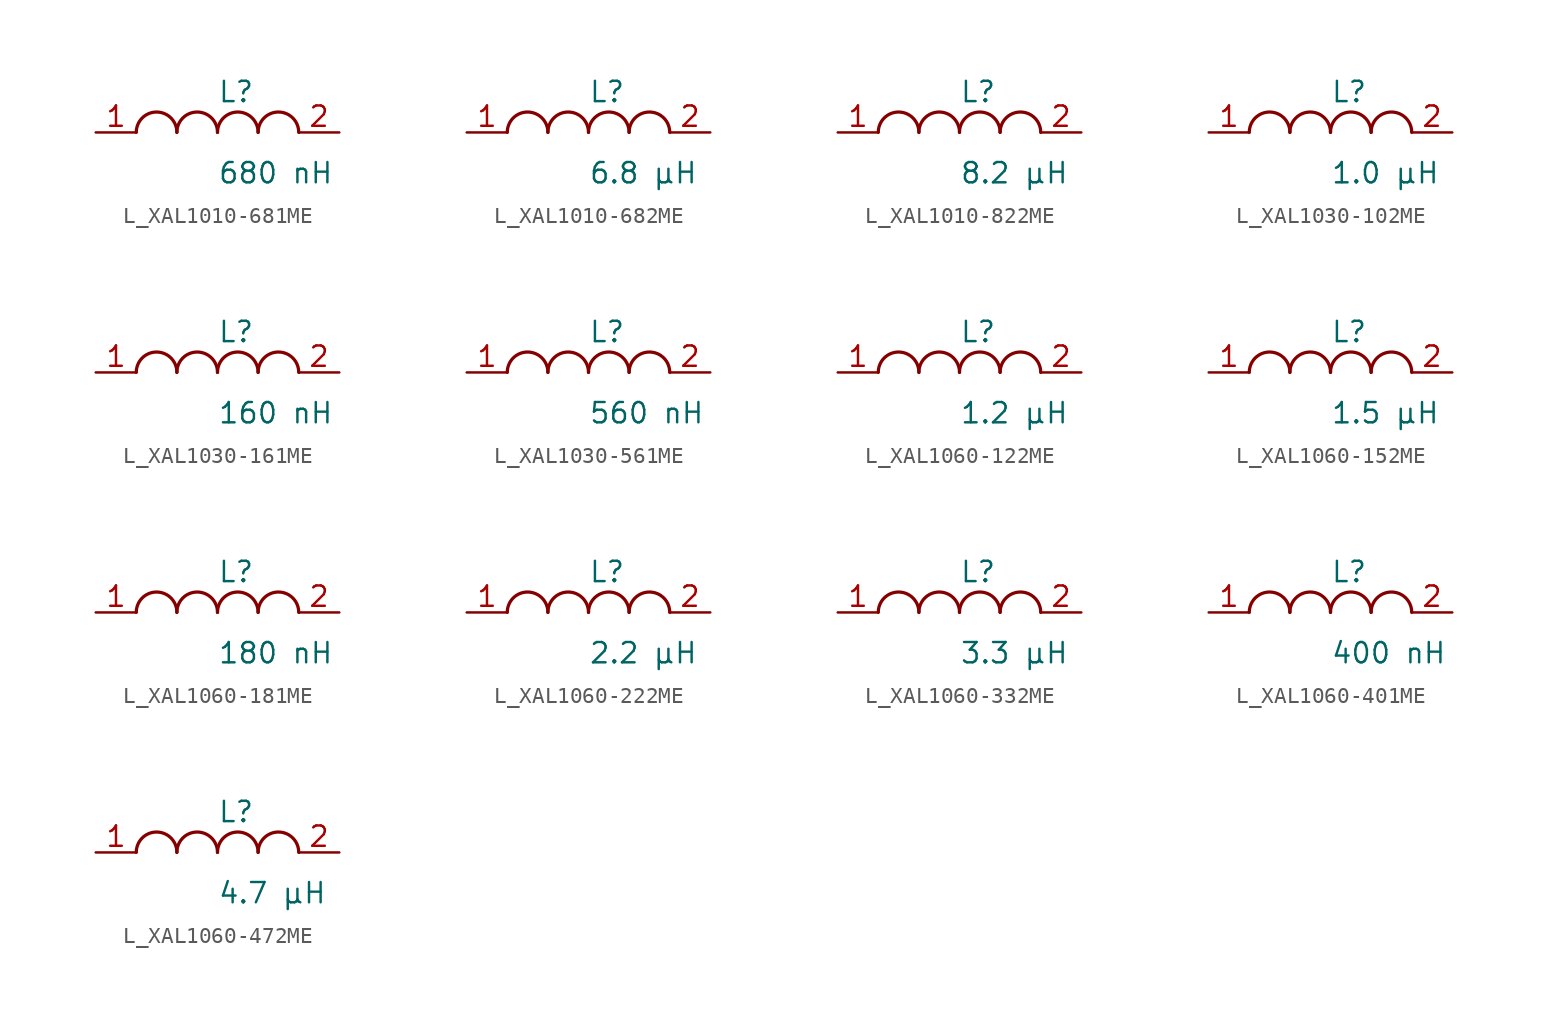
<source format=kicad_sym>
(kicad_symbol_lib
  (version 20231120)
  (generator kicad_symbol_editor)
  (generator_version 8.0)
  (symbol "L_XAL1010-681ME"
    (pin_names
      (offset 0.254))
    (property "Reference" "L"
      (at 0.0 2.54 0)
      (effects (font (size 1.27 1.27)) (justify left)))
    (property "Value" "680 nH"
      (at 0.0 -2.54 0)
      (effects (font (size 1.27 1.27)) (justify left)))
    (symbol "L_XAL1010-681ME_1_1"
      (arc (start -2.54 0.0056) (mid -3.81 1.27) (end -5.08 0.0056) (stroke (width 0.2032) (type default)) (fill (type none)))
      (arc (start 0 0.0056) (mid -1.27 1.27) (end -2.54 0.0056) (stroke (width 0.2032) (type default)) (fill (type none)))
      (arc (start 2.54 0.0056) (mid 1.27 1.27) (end 0 0.0056) (stroke (width 0.2032) (type default)) (fill (type none)))
      (arc (start 5.08 0.0056) (mid 3.81 1.27) (end 2.54 0.0056) (stroke (width 0.2032) (type default)) (fill (type none)))
      (pin unspecified line (at -7.62 0 0) (length 2.54) (name "" (effects (font (size 1.27 1.27)))) (number "1" (effects (font (size 1.27 1.27)))))
      (pin unspecified line (at 7.62 0 180) (length 2.54) (name "" (effects (font (size 1.27 1.27)))) (number "2" (effects (font (size 1.27 1.27)))))))
  (symbol "L_XAL1010-682ME"
    (pin_names
      (offset 0.254))
    (property "Reference" "L"
      (at 0.0 2.54 0)
      (effects (font (size 1.27 1.27)) (justify left)))
    (property "Value" "6.8 µH"
      (at 0.0 -2.54 0)
      (effects (font (size 1.27 1.27)) (justify left)))
    (symbol "L_XAL1010-682ME_1_1"
      (arc (start -2.54 0.0056) (mid -3.81 1.27) (end -5.08 0.0056) (stroke (width 0.2032) (type default)) (fill (type none)))
      (arc (start 0 0.0056) (mid -1.27 1.27) (end -2.54 0.0056) (stroke (width 0.2032) (type default)) (fill (type none)))
      (arc (start 2.54 0.0056) (mid 1.27 1.27) (end 0 0.0056) (stroke (width 0.2032) (type default)) (fill (type none)))
      (arc (start 5.08 0.0056) (mid 3.81 1.27) (end 2.54 0.0056) (stroke (width 0.2032) (type default)) (fill (type none)))
      (pin unspecified line (at -7.62 0 0) (length 2.54) (name "" (effects (font (size 1.27 1.27)))) (number "1" (effects (font (size 1.27 1.27)))))
      (pin unspecified line (at 7.62 0 180) (length 2.54) (name "" (effects (font (size 1.27 1.27)))) (number "2" (effects (font (size 1.27 1.27)))))))
  (symbol "L_XAL1010-822ME"
    (pin_names
      (offset 0.254))
    (property "Reference" "L"
      (at 0.0 2.54 0)
      (effects (font (size 1.27 1.27)) (justify left)))
    (property "Value" "8.2 µH"
      (at 0.0 -2.54 0)
      (effects (font (size 1.27 1.27)) (justify left)))
    (symbol "L_XAL1010-822ME_1_1"
      (arc (start -2.54 0.0056) (mid -3.81 1.27) (end -5.08 0.0056) (stroke (width 0.2032) (type default)) (fill (type none)))
      (arc (start 0 0.0056) (mid -1.27 1.27) (end -2.54 0.0056) (stroke (width 0.2032) (type default)) (fill (type none)))
      (arc (start 2.54 0.0056) (mid 1.27 1.27) (end 0 0.0056) (stroke (width 0.2032) (type default)) (fill (type none)))
      (arc (start 5.08 0.0056) (mid 3.81 1.27) (end 2.54 0.0056) (stroke (width 0.2032) (type default)) (fill (type none)))
      (pin unspecified line (at -7.62 0 0) (length 2.54) (name "" (effects (font (size 1.27 1.27)))) (number "1" (effects (font (size 1.27 1.27)))))
      (pin unspecified line (at 7.62 0 180) (length 2.54) (name "" (effects (font (size 1.27 1.27)))) (number "2" (effects (font (size 1.27 1.27)))))))
  (symbol "L_XAL1030-102ME"
    (pin_names
      (offset 0.254))
    (property "Reference" "L"
      (at 0.0 2.54 0)
      (effects (font (size 1.27 1.27)) (justify left)))
    (property "Value" "1.0 µH"
      (at 0.0 -2.54 0)
      (effects (font (size 1.27 1.27)) (justify left)))
    (symbol "L_XAL1030-102ME_1_1"
      (arc (start -2.54 0.0056) (mid -3.81 1.27) (end -5.08 0.0056) (stroke (width 0.2032) (type default)) (fill (type none)))
      (arc (start 0 0.0056) (mid -1.27 1.27) (end -2.54 0.0056) (stroke (width 0.2032) (type default)) (fill (type none)))
      (arc (start 2.54 0.0056) (mid 1.27 1.27) (end 0 0.0056) (stroke (width 0.2032) (type default)) (fill (type none)))
      (arc (start 5.08 0.0056) (mid 3.81 1.27) (end 2.54 0.0056) (stroke (width 0.2032) (type default)) (fill (type none)))
      (pin unspecified line (at -7.62 0 0) (length 2.54) (name "" (effects (font (size 1.27 1.27)))) (number "1" (effects (font (size 1.27 1.27)))))
      (pin unspecified line (at 7.62 0 180) (length 2.54) (name "" (effects (font (size 1.27 1.27)))) (number "2" (effects (font (size 1.27 1.27)))))))
  (symbol "L_XAL1030-161ME"
    (pin_names
      (offset 0.254))
    (property "Reference" "L"
      (at 0.0 2.54 0)
      (effects (font (size 1.27 1.27)) (justify left)))
    (property "Value" "160 nH"
      (at 0.0 -2.54 0)
      (effects (font (size 1.27 1.27)) (justify left)))
    (symbol "L_XAL1030-161ME_1_1"
      (arc (start -2.54 0.0056) (mid -3.81 1.27) (end -5.08 0.0056) (stroke (width 0.2032) (type default)) (fill (type none)))
      (arc (start 0 0.0056) (mid -1.27 1.27) (end -2.54 0.0056) (stroke (width 0.2032) (type default)) (fill (type none)))
      (arc (start 2.54 0.0056) (mid 1.27 1.27) (end 0 0.0056) (stroke (width 0.2032) (type default)) (fill (type none)))
      (arc (start 5.08 0.0056) (mid 3.81 1.27) (end 2.54 0.0056) (stroke (width 0.2032) (type default)) (fill (type none)))
      (pin unspecified line (at -7.62 0 0) (length 2.54) (name "" (effects (font (size 1.27 1.27)))) (number "1" (effects (font (size 1.27 1.27)))))
      (pin unspecified line (at 7.62 0 180) (length 2.54) (name "" (effects (font (size 1.27 1.27)))) (number "2" (effects (font (size 1.27 1.27)))))))
  (symbol "L_XAL1030-561ME"
    (pin_names
      (offset 0.254))
    (property "Reference" "L"
      (at 0.0 2.54 0)
      (effects (font (size 1.27 1.27)) (justify left)))
    (property "Value" "560 nH"
      (at 0.0 -2.54 0)
      (effects (font (size 1.27 1.27)) (justify left)))
    (symbol "L_XAL1030-561ME_1_1"
      (arc (start -2.54 0.0056) (mid -3.81 1.27) (end -5.08 0.0056) (stroke (width 0.2032) (type default)) (fill (type none)))
      (arc (start 0 0.0056) (mid -1.27 1.27) (end -2.54 0.0056) (stroke (width 0.2032) (type default)) (fill (type none)))
      (arc (start 2.54 0.0056) (mid 1.27 1.27) (end 0 0.0056) (stroke (width 0.2032) (type default)) (fill (type none)))
      (arc (start 5.08 0.0056) (mid 3.81 1.27) (end 2.54 0.0056) (stroke (width 0.2032) (type default)) (fill (type none)))
      (pin unspecified line (at -7.62 0 0) (length 2.54) (name "" (effects (font (size 1.27 1.27)))) (number "1" (effects (font (size 1.27 1.27)))))
      (pin unspecified line (at 7.62 0 180) (length 2.54) (name "" (effects (font (size 1.27 1.27)))) (number "2" (effects (font (size 1.27 1.27)))))))
  (symbol "L_XAL1060-122ME"
    (pin_names
      (offset 0.254))
    (property "Reference" "L"
      (at 0.0 2.54 0)
      (effects (font (size 1.27 1.27)) (justify left)))
    (property "Value" "1.2 µH"
      (at 0.0 -2.54 0)
      (effects (font (size 1.27 1.27)) (justify left)))
    (symbol "L_XAL1060-122ME_1_1"
      (arc (start -2.54 0.0056) (mid -3.81 1.27) (end -5.08 0.0056) (stroke (width 0.2032) (type default)) (fill (type none)))
      (arc (start 0 0.0056) (mid -1.27 1.27) (end -2.54 0.0056) (stroke (width 0.2032) (type default)) (fill (type none)))
      (arc (start 2.54 0.0056) (mid 1.27 1.27) (end 0 0.0056) (stroke (width 0.2032) (type default)) (fill (type none)))
      (arc (start 5.08 0.0056) (mid 3.81 1.27) (end 2.54 0.0056) (stroke (width 0.2032) (type default)) (fill (type none)))
      (pin unspecified line (at -7.62 0 0) (length 2.54) (name "" (effects (font (size 1.27 1.27)))) (number "1" (effects (font (size 1.27 1.27)))))
      (pin unspecified line (at 7.62 0 180) (length 2.54) (name "" (effects (font (size 1.27 1.27)))) (number "2" (effects (font (size 1.27 1.27)))))))
  (symbol "L_XAL1060-152ME"
    (pin_names
      (offset 0.254))
    (property "Reference" "L"
      (at 0.0 2.54 0)
      (effects (font (size 1.27 1.27)) (justify left)))
    (property "Value" "1.5 µH"
      (at 0.0 -2.54 0)
      (effects (font (size 1.27 1.27)) (justify left)))
    (symbol "L_XAL1060-152ME_1_1"
      (arc (start -2.54 0.0056) (mid -3.81 1.27) (end -5.08 0.0056) (stroke (width 0.2032) (type default)) (fill (type none)))
      (arc (start 0 0.0056) (mid -1.27 1.27) (end -2.54 0.0056) (stroke (width 0.2032) (type default)) (fill (type none)))
      (arc (start 2.54 0.0056) (mid 1.27 1.27) (end 0 0.0056) (stroke (width 0.2032) (type default)) (fill (type none)))
      (arc (start 5.08 0.0056) (mid 3.81 1.27) (end 2.54 0.0056) (stroke (width 0.2032) (type default)) (fill (type none)))
      (pin unspecified line (at -7.62 0 0) (length 2.54) (name "" (effects (font (size 1.27 1.27)))) (number "1" (effects (font (size 1.27 1.27)))))
      (pin unspecified line (at 7.62 0 180) (length 2.54) (name "" (effects (font (size 1.27 1.27)))) (number "2" (effects (font (size 1.27 1.27)))))))
  (symbol "L_XAL1060-181ME"
    (pin_names
      (offset 0.254))
    (property "Reference" "L"
      (at 0.0 2.54 0)
      (effects (font (size 1.27 1.27)) (justify left)))
    (property "Value" "180 nH"
      (at 0.0 -2.54 0)
      (effects (font (size 1.27 1.27)) (justify left)))
    (symbol "L_XAL1060-181ME_1_1"
      (arc (start -2.54 0.0056) (mid -3.81 1.27) (end -5.08 0.0056) (stroke (width 0.2032) (type default)) (fill (type none)))
      (arc (start 0 0.0056) (mid -1.27 1.27) (end -2.54 0.0056) (stroke (width 0.2032) (type default)) (fill (type none)))
      (arc (start 2.54 0.0056) (mid 1.27 1.27) (end 0 0.0056) (stroke (width 0.2032) (type default)) (fill (type none)))
      (arc (start 5.08 0.0056) (mid 3.81 1.27) (end 2.54 0.0056) (stroke (width 0.2032) (type default)) (fill (type none)))
      (pin unspecified line (at -7.62 0 0) (length 2.54) (name "" (effects (font (size 1.27 1.27)))) (number "1" (effects (font (size 1.27 1.27)))))
      (pin unspecified line (at 7.62 0 180) (length 2.54) (name "" (effects (font (size 1.27 1.27)))) (number "2" (effects (font (size 1.27 1.27)))))))
  (symbol "L_XAL1060-222ME"
    (pin_names
      (offset 0.254))
    (property "Reference" "L"
      (at 0.0 2.54 0)
      (effects (font (size 1.27 1.27)) (justify left)))
    (property "Value" "2.2 µH"
      (at 0.0 -2.54 0)
      (effects (font (size 1.27 1.27)) (justify left)))
    (symbol "L_XAL1060-222ME_1_1"
      (arc (start -2.54 0.0056) (mid -3.81 1.27) (end -5.08 0.0056) (stroke (width 0.2032) (type default)) (fill (type none)))
      (arc (start 0 0.0056) (mid -1.27 1.27) (end -2.54 0.0056) (stroke (width 0.2032) (type default)) (fill (type none)))
      (arc (start 2.54 0.0056) (mid 1.27 1.27) (end 0 0.0056) (stroke (width 0.2032) (type default)) (fill (type none)))
      (arc (start 5.08 0.0056) (mid 3.81 1.27) (end 2.54 0.0056) (stroke (width 0.2032) (type default)) (fill (type none)))
      (pin unspecified line (at -7.62 0 0) (length 2.54) (name "" (effects (font (size 1.27 1.27)))) (number "1" (effects (font (size 1.27 1.27)))))
      (pin unspecified line (at 7.62 0 180) (length 2.54) (name "" (effects (font (size 1.27 1.27)))) (number "2" (effects (font (size 1.27 1.27)))))))
  (symbol "L_XAL1060-332ME"
    (pin_names
      (offset 0.254))
    (property "Reference" "L"
      (at 0.0 2.54 0)
      (effects (font (size 1.27 1.27)) (justify left)))
    (property "Value" "3.3 µH"
      (at 0.0 -2.54 0)
      (effects (font (size 1.27 1.27)) (justify left)))
    (symbol "L_XAL1060-332ME_1_1"
      (arc (start -2.54 0.0056) (mid -3.81 1.27) (end -5.08 0.0056) (stroke (width 0.2032) (type default)) (fill (type none)))
      (arc (start 0 0.0056) (mid -1.27 1.27) (end -2.54 0.0056) (stroke (width 0.2032) (type default)) (fill (type none)))
      (arc (start 2.54 0.0056) (mid 1.27 1.27) (end 0 0.0056) (stroke (width 0.2032) (type default)) (fill (type none)))
      (arc (start 5.08 0.0056) (mid 3.81 1.27) (end 2.54 0.0056) (stroke (width 0.2032) (type default)) (fill (type none)))
      (pin unspecified line (at -7.62 0 0) (length 2.54) (name "" (effects (font (size 1.27 1.27)))) (number "1" (effects (font (size 1.27 1.27)))))
      (pin unspecified line (at 7.62 0 180) (length 2.54) (name "" (effects (font (size 1.27 1.27)))) (number "2" (effects (font (size 1.27 1.27)))))))
  (symbol "L_XAL1060-401ME"
    (pin_names
      (offset 0.254))
    (property "Reference" "L"
      (at 0.0 2.54 0)
      (effects (font (size 1.27 1.27)) (justify left)))
    (property "Value" "400 nH"
      (at 0.0 -2.54 0)
      (effects (font (size 1.27 1.27)) (justify left)))
    (symbol "L_XAL1060-401ME_1_1"
      (arc (start -2.54 0.0056) (mid -3.81 1.27) (end -5.08 0.0056) (stroke (width 0.2032) (type default)) (fill (type none)))
      (arc (start 0 0.0056) (mid -1.27 1.27) (end -2.54 0.0056) (stroke (width 0.2032) (type default)) (fill (type none)))
      (arc (start 2.54 0.0056) (mid 1.27 1.27) (end 0 0.0056) (stroke (width 0.2032) (type default)) (fill (type none)))
      (arc (start 5.08 0.0056) (mid 3.81 1.27) (end 2.54 0.0056) (stroke (width 0.2032) (type default)) (fill (type none)))
      (pin unspecified line (at -7.62 0 0) (length 2.54) (name "" (effects (font (size 1.27 1.27)))) (number "1" (effects (font (size 1.27 1.27)))))
      (pin unspecified line (at 7.62 0 180) (length 2.54) (name "" (effects (font (size 1.27 1.27)))) (number "2" (effects (font (size 1.27 1.27)))))))
  (symbol "L_XAL1060-472ME"
    (pin_names
      (offset 0.254))
    (property "Reference" "L"
      (at 0.0 2.54 0)
      (effects (font (size 1.27 1.27)) (justify left)))
    (property "Value" "4.7 µH"
      (at 0.0 -2.54 0)
      (effects (font (size 1.27 1.27)) (justify left)))
    (symbol "L_XAL1060-472ME_1_1"
      (arc (start -2.54 0.0056) (mid -3.81 1.27) (end -5.08 0.0056) (stroke (width 0.2032) (type default)) (fill (type none)))
      (arc (start 0 0.0056) (mid -1.27 1.27) (end -2.54 0.0056) (stroke (width 0.2032) (type default)) (fill (type none)))
      (arc (start 2.54 0.0056) (mid 1.27 1.27) (end 0 0.0056) (stroke (width 0.2032) (type default)) (fill (type none)))
      (arc (start 5.08 0.0056) (mid 3.81 1.27) (end 2.54 0.0056) (stroke (width 0.2032) (type default)) (fill (type none)))
      (pin unspecified line (at -7.62 0 0) (length 2.54) (name "" (effects (font (size 1.27 1.27)))) (number "1" (effects (font (size 1.27 1.27)))))
      (pin unspecified line (at 7.62 0 180) (length 2.54) (name "" (effects (font (size 1.27 1.27)))) (number "2" (effects (font (size 1.27 1.27))))))))
</source>
